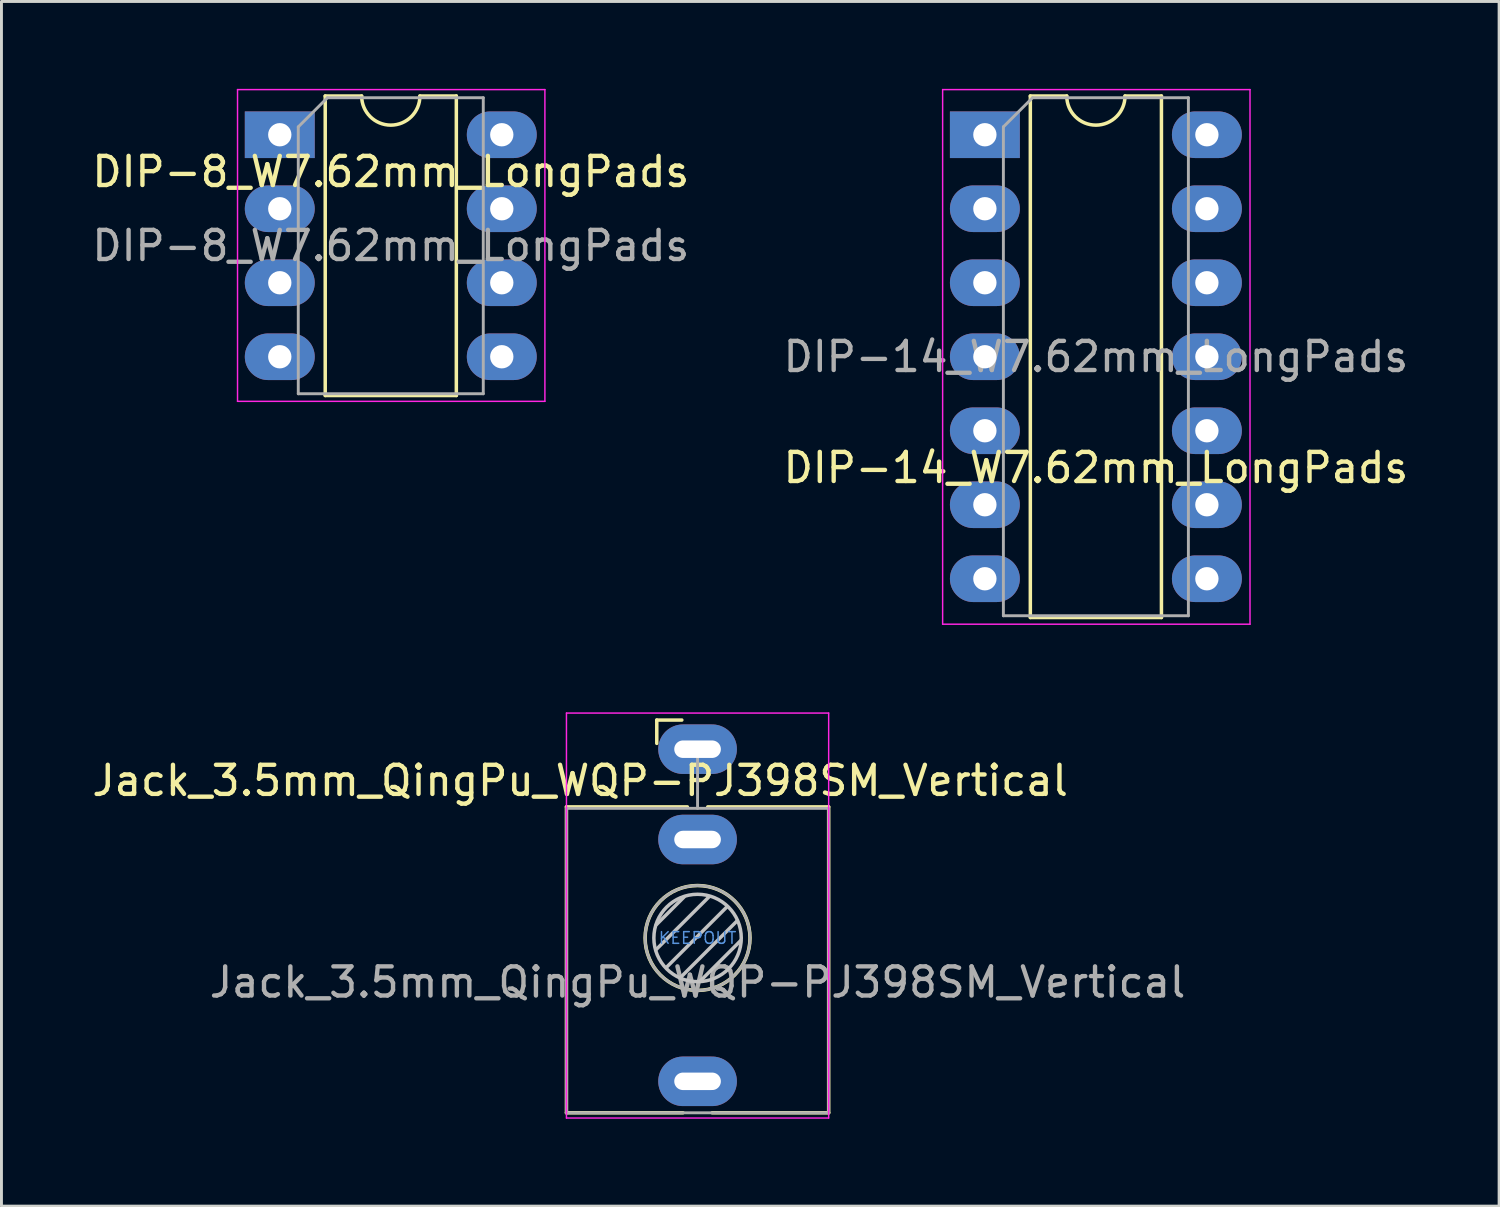
<source format=kicad_pcb>
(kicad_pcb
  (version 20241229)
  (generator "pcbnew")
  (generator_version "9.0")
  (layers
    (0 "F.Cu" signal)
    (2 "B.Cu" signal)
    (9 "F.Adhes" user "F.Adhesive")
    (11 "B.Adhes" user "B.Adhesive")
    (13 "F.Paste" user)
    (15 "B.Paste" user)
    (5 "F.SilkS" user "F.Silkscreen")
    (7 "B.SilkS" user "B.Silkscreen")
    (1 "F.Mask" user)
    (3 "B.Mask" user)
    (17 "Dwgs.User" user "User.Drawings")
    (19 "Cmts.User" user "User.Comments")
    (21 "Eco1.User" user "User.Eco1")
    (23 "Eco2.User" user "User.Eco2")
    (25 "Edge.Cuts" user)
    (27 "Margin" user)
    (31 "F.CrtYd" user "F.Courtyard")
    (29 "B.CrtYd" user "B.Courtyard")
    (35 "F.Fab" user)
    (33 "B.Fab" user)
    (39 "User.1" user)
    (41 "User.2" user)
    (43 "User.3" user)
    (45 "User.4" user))
  (footprint "DIP-8_W7.62mm_LongPads"
    (layer "F.Cu")
    (at 6.553 1.575)
    (property "Reference" "DIP-8_W7.62mm_LongPads" (at 3.81 1.27 180) (layer "F.SilkS") (effects (font (size 1 1) (thickness 0.15))))
    (attr through_hole)
    (fp_line (start 1.56 -1.33) (end 1.56 8.95) (stroke (width 0.12) (type solid)) (layer "F.SilkS"))
    (fp_line (start 1.56 8.95) (end 6.06 8.95) (stroke (width 0.12) (type solid)) (layer "F.SilkS"))
    (fp_line (start 2.81 -1.33) (end 1.56 -1.33) (stroke (width 0.12) (type solid)) (layer "F.SilkS"))
    (fp_line (start 6.06 -1.33) (end 4.81 -1.33) (stroke (width 0.12) (type solid)) (layer "F.SilkS"))
    (fp_line (start 6.06 8.95) (end 6.06 -1.33) (stroke (width 0.12) (type solid)) (layer "F.SilkS"))
    (fp_arc (start 4.81 -1.33) (mid 3.81 -0.33) (end 2.81 -1.33) (stroke (width 0.12) (type solid)) (layer "F.SilkS"))
    (fp_line (start -1.45 -1.55) (end -1.45 9.15) (stroke (width 0.05) (type solid)) (layer "F.CrtYd"))
    (fp_line (start -1.45 9.15) (end 9.1 9.15) (stroke (width 0.05) (type solid)) (layer "F.CrtYd"))
    (fp_line (start 9.1 -1.55) (end -1.45 -1.55) (stroke (width 0.05) (type solid)) (layer "F.CrtYd"))
    (fp_line (start 9.1 9.15) (end 9.1 -1.55) (stroke (width 0.05) (type solid)) (layer "F.CrtYd"))
    (fp_line (start 0.635 -0.27) (end 1.635 -1.27) (stroke (width 0.1) (type solid)) (layer "F.Fab"))
    (fp_line (start 0.635 8.89) (end 0.635 -0.27) (stroke (width 0.1) (type solid)) (layer "F.Fab"))
    (fp_line (start 1.635 -1.27) (end 6.985 -1.27) (stroke (width 0.1) (type solid)) (layer "F.Fab"))
    (fp_line (start 6.985 -1.27) (end 6.985 8.89) (stroke (width 0.1) (type solid)) (layer "F.Fab"))
    (fp_line (start 6.985 8.89) (end 0.635 8.89) (stroke (width 0.1) (type solid)) (layer "F.Fab"))
    (fp_text user "${REFERENCE}" (at 3.81 3.81 180) (layer "F.Fab") (effects (font (size 1 1) (thickness 0.15))))
    (pad "1" thru_hole rect (at 0 0) (size 2.4 1.6) (drill 0.8) (layers "*.Cu" "*.Mask"))
    (pad "2" thru_hole oval (at 0 2.54) (size 2.4 1.6) (drill 0.8) (layers "*.Cu" "*.Mask"))
    (pad "3" thru_hole oval (at 0 5.08) (size 2.4 1.6) (drill 0.8) (layers "*.Cu" "*.Mask"))
    (pad "4" thru_hole oval (at 0 7.62) (size 2.4 1.6) (drill 0.8) (layers "*.Cu" "*.Mask"))
    (pad "5" thru_hole oval (at 7.62 7.62) (size 2.4 1.6) (drill 0.8) (layers "*.Cu" "*.Mask"))
    (pad "6" thru_hole oval (at 7.62 5.08) (size 2.4 1.6) (drill 0.8) (layers "*.Cu" "*.Mask"))
    (pad "7" thru_hole oval (at 7.62 2.54) (size 2.4 1.6) (drill 0.8) (layers "*.Cu" "*.Mask"))
    (pad "8" thru_hole oval (at 7.62 0) (size 2.4 1.6) (drill 0.8) (layers "*.Cu" "*.Mask")))
  (footprint "Jack_3.5mm_QingPu_WQP-PJ398SM_Vertical"
    (layer "F.Cu")
    (at 20.893 22.665)
    (property "Reference" "Jack_3.5mm_QingPu_WQP-PJ398SM_Vertical" (at -4.03 1.08 180) (layer "F.SilkS") (effects (font (size 1 1) (thickness 0.15))))
    (attr through_hole)
    (fp_line (start -4.5 1.98) (end -4.5 12.48) (stroke (width 0.12) (type solid)) (layer "F.SilkS"))
    (fp_line (start -1.4 -1) (end -1.4 -0.2) (stroke (width 0.12) (type solid)) (layer "F.SilkS"))
    (fp_line (start -1.4 -1) (end -0.54 -1) (stroke (width 0.12) (type solid)) (layer "F.SilkS"))
    (fp_line (start -0.5 12.48) (end -4.5 12.48) (stroke (width 0.12) (type solid)) (layer "F.SilkS"))
    (fp_line (start -0.35 1.98) (end -4.5 1.98) (stroke (width 0.12) (type solid)) (layer "F.SilkS"))
    (fp_line (start 4.5 1.98) (end 0.35 1.98) (stroke (width 0.12) (type solid)) (layer "F.SilkS"))
    (fp_line (start 4.5 1.98) (end 4.5 12.48) (stroke (width 0.12) (type solid)) (layer "F.SilkS"))
    (fp_line (start 4.5 12.48) (end 0.5 12.48) (stroke (width 0.12) (type solid)) (layer "F.SilkS"))
    (fp_circle (center 0 6.48) (end 1.8 6.48) (stroke (width 0.12) (type solid)) (fill no) (layer "F.SilkS"))
    (fp_line (start -1.42 6.875) (end 0.4 5.06) (stroke (width 0.12) (type solid)) (layer "Dwgs.User"))
    (fp_line (start -1.41 6.02) (end -0.46 5.07) (stroke (width 0.12) (type solid)) (layer "Dwgs.User"))
    (fp_line (start -1.07 7.49) (end 1.01 5.41) (stroke (width 0.12) (type solid)) (layer "Dwgs.User"))
    (fp_line (start -0.58 7.83) (end 1.36 5.89) (stroke (width 0.12) (type solid)) (layer "Dwgs.User"))
    (fp_line (start 0.09 7.96) (end 1.48 6.57) (stroke (width 0.12) (type solid)) (layer "Dwgs.User"))
    (fp_circle (center 0 6.48) (end 1.5 6.48) (stroke (width 0.12) (type solid)) (fill no) (layer "Dwgs.User"))
    (fp_line (start -4.5 12.66) (end -4.5 -1.24) (stroke (width 0.05) (type solid)) (layer "F.CrtYd"))
    (fp_line (start 4.5 -1.24) (end -4.5 -1.24) (stroke (width 0.05) (type solid)) (layer "F.CrtYd"))
    (fp_line (start 4.5 12.66) (end -4.5 12.66) (stroke (width 0.05) (type solid)) (layer "F.CrtYd"))
    (fp_line (start 4.5 12.66) (end 4.5 -1.24) (stroke (width 0.05) (type solid)) (layer "F.CrtYd"))
    (fp_line (start -4.5 12.48) (end -4.5 2.08) (stroke (width 0.1) (type solid)) (layer "F.Fab"))
    (fp_line (start 0 0) (end 0 2.03) (stroke (width 0.1) (type solid)) (layer "F.Fab"))
    (fp_line (start 4.5 2.03) (end -4.5 2.03) (stroke (width 0.1) (type solid)) (layer "F.Fab"))
    (fp_line (start 4.5 12.48) (end -4.5 12.48) (stroke (width 0.1) (type solid)) (layer "F.Fab"))
    (fp_line (start 4.5 12.48) (end 4.5 2.08) (stroke (width 0.1) (type solid)) (layer "F.Fab"))
    (fp_circle (center 0 6.48) (end 1.8 6.48) (stroke (width 0.1) (type solid)) (fill no) (layer "F.Fab"))
    (fp_text user "KEEPOUT" (at 0 6.48 0) (layer "Cmts.User") (effects (font (size 0.4 0.4) (thickness 0.051))))
    (fp_text user "${REFERENCE}" (at 0 8 180) (layer "F.Fab") (effects (font (size 1 1) (thickness 0.15))))
    (pad "S" thru_hole oval (at 0 0 180) (size 2.7 1.7) (drill oval 1.6 0.6) (layers "*.Cu" "*.Mask"))
    (pad "T" thru_hole oval (at 0 11.4 180) (size 2.7 1.7) (drill oval 1.6 0.6) (layers "*.Cu" "*.Mask"))
    (pad "TN" thru_hole oval (at 0 3.1 180) (size 2.7 1.7) (drill oval 1.6 0.6) (layers "*.Cu" "*.Mask")))
  (footprint "DIP-14_W7.62mm_LongPads"
    (layer "F.Cu")
    (at 30.755 1.575)
    (property "Reference" "DIP-14_W7.62mm_LongPads" (at 3.81 11.43 0) (layer "F.SilkS") (effects (font (size 1 1) (thickness 0.15))))
    (attr through_hole)
    (fp_line (start 1.56 -1.33) (end 1.56 16.57) (stroke (width 0.12) (type solid)) (layer "F.SilkS"))
    (fp_line (start 1.56 16.57) (end 6.06 16.57) (stroke (width 0.12) (type solid)) (layer "F.SilkS"))
    (fp_line (start 2.81 -1.33) (end 1.56 -1.33) (stroke (width 0.12) (type solid)) (layer "F.SilkS"))
    (fp_line (start 6.06 -1.33) (end 4.81 -1.33) (stroke (width 0.12) (type solid)) (layer "F.SilkS"))
    (fp_line (start 6.06 16.57) (end 6.06 -1.33) (stroke (width 0.12) (type solid)) (layer "F.SilkS"))
    (fp_arc (start 4.81 -1.33) (mid 3.81 -0.33) (end 2.81 -1.33) (stroke (width 0.12) (type solid)) (layer "F.SilkS"))
    (fp_line (start -1.45 -1.55) (end -1.45 16.8) (stroke (width 0.05) (type solid)) (layer "F.CrtYd"))
    (fp_line (start -1.45 16.8) (end 9.1 16.8) (stroke (width 0.05) (type solid)) (layer "F.CrtYd"))
    (fp_line (start 9.1 -1.55) (end -1.45 -1.55) (stroke (width 0.05) (type solid)) (layer "F.CrtYd"))
    (fp_line (start 9.1 16.8) (end 9.1 -1.55) (stroke (width 0.05) (type solid)) (layer "F.CrtYd"))
    (fp_line (start 0.635 -0.27) (end 1.635 -1.27) (stroke (width 0.1) (type solid)) (layer "F.Fab"))
    (fp_line (start 0.635 16.51) (end 0.635 -0.27) (stroke (width 0.1) (type solid)) (layer "F.Fab"))
    (fp_line (start 1.635 -1.27) (end 6.985 -1.27) (stroke (width 0.1) (type solid)) (layer "F.Fab"))
    (fp_line (start 6.985 -1.27) (end 6.985 16.51) (stroke (width 0.1) (type solid)) (layer "F.Fab"))
    (fp_line (start 6.985 16.51) (end 0.635 16.51) (stroke (width 0.1) (type solid)) (layer "F.Fab"))
    (fp_text user "${REFERENCE}" (at 3.81 7.62 0) (layer "F.Fab") (effects (font (size 1 1) (thickness 0.15))))
    (pad "1" thru_hole rect (at 0 0) (size 2.4 1.6) (drill 0.8) (layers "*.Cu" "*.Mask"))
    (pad "2" thru_hole oval (at 0 2.54) (size 2.4 1.6) (drill 0.8) (layers "*.Cu" "*.Mask"))
    (pad "3" thru_hole oval (at 0 5.08) (size 2.4 1.6) (drill 0.8) (layers "*.Cu" "*.Mask"))
    (pad "4" thru_hole oval (at 0 7.62) (size 2.4 1.6) (drill 0.8) (layers "*.Cu" "*.Mask"))
    (pad "5" thru_hole oval (at 0 10.16) (size 2.4 1.6) (drill 0.8) (layers "*.Cu" "*.Mask"))
    (pad "6" thru_hole oval (at 0 12.7) (size 2.4 1.6) (drill 0.8) (layers "*.Cu" "*.Mask"))
    (pad "7" thru_hole oval (at 0 15.24) (size 2.4 1.6) (drill 0.8) (layers "*.Cu" "*.Mask"))
    (pad "8" thru_hole oval (at 7.62 15.24) (size 2.4 1.6) (drill 0.8) (layers "*.Cu" "*.Mask"))
    (pad "9" thru_hole oval (at 7.62 12.7) (size 2.4 1.6) (drill 0.8) (layers "*.Cu" "*.Mask"))
    (pad "10" thru_hole oval (at 7.62 10.16) (size 2.4 1.6) (drill 0.8) (layers "*.Cu" "*.Mask"))
    (pad "11" thru_hole oval (at 7.62 7.62) (size 2.4 1.6) (drill 0.8) (layers "*.Cu" "*.Mask"))
    (pad "12" thru_hole oval (at 7.62 5.08) (size 2.4 1.6) (drill 0.8) (layers "*.Cu" "*.Mask"))
    (pad "13" thru_hole oval (at 7.62 2.54) (size 2.4 1.6) (drill 0.8) (layers "*.Cu" "*.Mask"))
    (pad "14" thru_hole oval (at 7.62 0) (size 2.4 1.6) (drill 0.8) (layers "*.Cu" "*.Mask")))
  (gr_rect
    (start -3 -3)
    (end 48.405 38.35)
    (stroke (width 0.1) (type default))
    (fill no)
    (layer "Edge.Cuts")))
</source>
